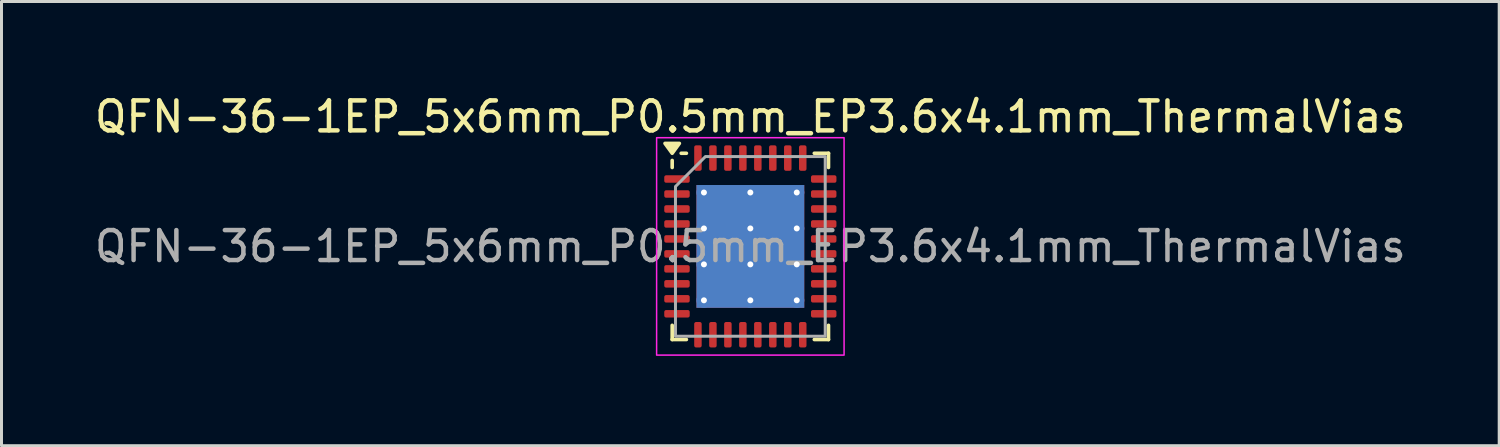
<source format=kicad_pcb>
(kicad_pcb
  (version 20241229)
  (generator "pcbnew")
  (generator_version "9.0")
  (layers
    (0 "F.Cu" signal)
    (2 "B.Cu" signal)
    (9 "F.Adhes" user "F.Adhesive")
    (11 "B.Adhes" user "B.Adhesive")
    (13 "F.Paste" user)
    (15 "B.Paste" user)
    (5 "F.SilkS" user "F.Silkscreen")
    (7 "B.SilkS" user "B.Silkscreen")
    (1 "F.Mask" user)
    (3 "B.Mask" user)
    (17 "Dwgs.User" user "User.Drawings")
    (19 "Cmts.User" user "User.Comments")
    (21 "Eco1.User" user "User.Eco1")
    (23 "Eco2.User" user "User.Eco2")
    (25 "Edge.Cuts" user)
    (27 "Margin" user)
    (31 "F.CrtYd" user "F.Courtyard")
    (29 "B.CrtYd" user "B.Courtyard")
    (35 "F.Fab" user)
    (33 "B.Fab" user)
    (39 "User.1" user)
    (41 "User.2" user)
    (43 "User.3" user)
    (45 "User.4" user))
  (footprint "QFN-36-1EP_5x6mm_P0.5mm_EP3.6x4.1mm_ThermalVias"
    (layer "F.Cu")
    (at 22.006 5.178)
    (property "Reference" "QFN-36-1EP_5x6mm_P0.5mm_EP3.6x4.1mm_ThermalVias" (at 0 -4.33 0) (layer "F.SilkS") (effects (font (size 1 1) (thickness 0.15))))
    (attr smd)
    (fp_line (start -2.61 -2.635) (end -2.61 -2.87) (stroke (width 0.12) (type solid)) (layer "F.SilkS"))
    (fp_line (start -2.61 3.11) (end -2.61 2.635) (stroke (width 0.12) (type solid)) (layer "F.SilkS"))
    (fp_line (start -2.135 -3.11) (end -2.31 -3.11) (stroke (width 0.12) (type solid)) (layer "F.SilkS"))
    (fp_line (start -2.135 3.11) (end -2.61 3.11) (stroke (width 0.12) (type solid)) (layer "F.SilkS"))
    (fp_line (start 2.135 -3.11) (end 2.61 -3.11) (stroke (width 0.12) (type solid)) (layer "F.SilkS"))
    (fp_line (start 2.135 3.11) (end 2.61 3.11) (stroke (width 0.12) (type solid)) (layer "F.SilkS"))
    (fp_line (start 2.61 -3.11) (end 2.61 -2.635) (stroke (width 0.12) (type solid)) (layer "F.SilkS"))
    (fp_line (start 2.61 3.11) (end 2.61 2.635) (stroke (width 0.12) (type solid)) (layer "F.SilkS"))
    (fp_poly (pts (xy -2.61 -3.11) (xy -2.85 -3.44) (xy -2.37 -3.44)) (stroke (width 0.12) (type solid)) (fill yes) (layer "F.SilkS"))
    (fp_rect (start -3.13 -3.63) (end 3.13 3.63) (stroke (width 0.05) (type solid)) (fill no) (layer "F.CrtYd"))
    (fp_poly (pts (xy -2.5 -2) (xy -2.5 3) (xy 2.5 3) (xy 2.5 -3) (xy -1.5 -3)) (stroke (width 0.1) (type solid)) (fill no) (layer "F.Fab"))
    (fp_text user "${REFERENCE}" (at 0 0 0) (layer "F.Fab") (effects (font (size 1 1) (thickness 0.15))))
    (pad "" smd roundrect (at -0.775 -1.2) (size 1.394 1.059) (layers "F.Paste") (roundrect_rratio 0.236))
    (pad "" smd roundrect (at -0.775 0) (size 1.394 1.059) (layers "F.Paste") (roundrect_rratio 0.236))
    (pad "" smd roundrect (at -0.775 1.2) (size 1.394 1.059) (layers "F.Paste") (roundrect_rratio 0.236))
    (pad "" smd roundrect (at 0.775 -1.2) (size 1.394 1.059) (layers "F.Paste") (roundrect_rratio 0.236))
    (pad "" smd roundrect (at 0.775 0) (size 1.394 1.059) (layers "F.Paste") (roundrect_rratio 0.236))
    (pad "" smd roundrect (at 0.775 1.2) (size 1.394 1.059) (layers "F.Paste") (roundrect_rratio 0.236))
    (pad "1" smd roundrect (at -2.45 -2.25) (size 0.85 0.25) (layers "F.Cu" "F.Mask" "F.Paste") (roundrect_rratio 0.25))
    (pad "2" smd roundrect (at -2.45 -1.75) (size 0.85 0.25) (layers "F.Cu" "F.Mask" "F.Paste") (roundrect_rratio 0.25))
    (pad "3" smd roundrect (at -2.45 -1.25) (size 0.85 0.25) (layers "F.Cu" "F.Mask" "F.Paste") (roundrect_rratio 0.25))
    (pad "4" smd roundrect (at -2.45 -0.75) (size 0.85 0.25) (layers "F.Cu" "F.Mask" "F.Paste") (roundrect_rratio 0.25))
    (pad "5" smd roundrect (at -2.45 -0.25) (size 0.85 0.25) (layers "F.Cu" "F.Mask" "F.Paste") (roundrect_rratio 0.25))
    (pad "6" smd roundrect (at -2.45 0.25) (size 0.85 0.25) (layers "F.Cu" "F.Mask" "F.Paste") (roundrect_rratio 0.25))
    (pad "7" smd roundrect (at -2.45 0.75) (size 0.85 0.25) (layers "F.Cu" "F.Mask" "F.Paste") (roundrect_rratio 0.25))
    (pad "8" smd roundrect (at -2.45 1.25) (size 0.85 0.25) (layers "F.Cu" "F.Mask" "F.Paste") (roundrect_rratio 0.25))
    (pad "9" smd roundrect (at -2.45 1.75) (size 0.85 0.25) (layers "F.Cu" "F.Mask" "F.Paste") (roundrect_rratio 0.25))
    (pad "10" smd roundrect (at -2.45 2.25) (size 0.85 0.25) (layers "F.Cu" "F.Mask" "F.Paste") (roundrect_rratio 0.25))
    (pad "11" smd roundrect (at -1.75 2.95) (size 0.25 0.85) (layers "F.Cu" "F.Mask" "F.Paste") (roundrect_rratio 0.25))
    (pad "12" smd roundrect (at -1.25 2.95) (size 0.25 0.85) (layers "F.Cu" "F.Mask" "F.Paste") (roundrect_rratio 0.25))
    (pad "13" smd roundrect (at -0.75 2.95) (size 0.25 0.85) (layers "F.Cu" "F.Mask" "F.Paste") (roundrect_rratio 0.25))
    (pad "14" smd roundrect (at -0.25 2.95) (size 0.25 0.85) (layers "F.Cu" "F.Mask" "F.Paste") (roundrect_rratio 0.25))
    (pad "15" smd roundrect (at 0.25 2.95) (size 0.25 0.85) (layers "F.Cu" "F.Mask" "F.Paste") (roundrect_rratio 0.25))
    (pad "16" smd roundrect (at 0.75 2.95) (size 0.25 0.85) (layers "F.Cu" "F.Mask" "F.Paste") (roundrect_rratio 0.25))
    (pad "17" smd roundrect (at 1.25 2.95) (size 0.25 0.85) (layers "F.Cu" "F.Mask" "F.Paste") (roundrect_rratio 0.25))
    (pad "18" smd roundrect (at 1.75 2.95) (size 0.25 0.85) (layers "F.Cu" "F.Mask" "F.Paste") (roundrect_rratio 0.25))
    (pad "19" smd roundrect (at 2.45 2.25) (size 0.85 0.25) (layers "F.Cu" "F.Mask" "F.Paste") (roundrect_rratio 0.25))
    (pad "20" smd roundrect (at 2.45 1.75) (size 0.85 0.25) (layers "F.Cu" "F.Mask" "F.Paste") (roundrect_rratio 0.25))
    (pad "21" smd roundrect (at 2.45 1.25) (size 0.85 0.25) (layers "F.Cu" "F.Mask" "F.Paste") (roundrect_rratio 0.25))
    (pad "22" smd roundrect (at 2.45 0.75) (size 0.85 0.25) (layers "F.Cu" "F.Mask" "F.Paste") (roundrect_rratio 0.25))
    (pad "23" smd roundrect (at 2.45 0.25) (size 0.85 0.25) (layers "F.Cu" "F.Mask" "F.Paste") (roundrect_rratio 0.25))
    (pad "24" smd roundrect (at 2.45 -0.25) (size 0.85 0.25) (layers "F.Cu" "F.Mask" "F.Paste") (roundrect_rratio 0.25))
    (pad "25" smd roundrect (at 2.45 -0.75) (size 0.85 0.25) (layers "F.Cu" "F.Mask" "F.Paste") (roundrect_rratio 0.25))
    (pad "26" smd roundrect (at 2.45 -1.25) (size 0.85 0.25) (layers "F.Cu" "F.Mask" "F.Paste") (roundrect_rratio 0.25))
    (pad "27" smd roundrect (at 2.45 -1.75) (size 0.85 0.25) (layers "F.Cu" "F.Mask" "F.Paste") (roundrect_rratio 0.25))
    (pad "28" smd roundrect (at 2.45 -2.25) (size 0.85 0.25) (layers "F.Cu" "F.Mask" "F.Paste") (roundrect_rratio 0.25))
    (pad "29" smd roundrect (at 1.75 -2.95) (size 0.25 0.85) (layers "F.Cu" "F.Mask" "F.Paste") (roundrect_rratio 0.25))
    (pad "30" smd roundrect (at 1.25 -2.95) (size 0.25 0.85) (layers "F.Cu" "F.Mask" "F.Paste") (roundrect_rratio 0.25))
    (pad "31" smd roundrect (at 0.75 -2.95) (size 0.25 0.85) (layers "F.Cu" "F.Mask" "F.Paste") (roundrect_rratio 0.25))
    (pad "32" smd roundrect (at 0.25 -2.95) (size 0.25 0.85) (layers "F.Cu" "F.Mask" "F.Paste") (roundrect_rratio 0.25))
    (pad "33" smd roundrect (at -0.25 -2.95) (size 0.25 0.85) (layers "F.Cu" "F.Mask" "F.Paste") (roundrect_rratio 0.25))
    (pad "34" smd roundrect (at -0.75 -2.95) (size 0.25 0.85) (layers "F.Cu" "F.Mask" "F.Paste") (roundrect_rratio 0.25))
    (pad "35" smd roundrect (at -1.25 -2.95) (size 0.25 0.85) (layers "F.Cu" "F.Mask" "F.Paste") (roundrect_rratio 0.25))
    (pad "36" smd roundrect (at -1.75 -2.95) (size 0.25 0.85) (layers "F.Cu" "F.Mask" "F.Paste") (roundrect_rratio 0.25))
    (pad "37" thru_hole circle (at -1.55 -1.8) (size 0.5 0.5) (drill 0.2) (property pad_prop_heatsink) (layers "*.Cu"))
    (pad "37" thru_hole circle (at -1.55 -0.6) (size 0.5 0.5) (drill 0.2) (property pad_prop_heatsink) (layers "*.Cu"))
    (pad "37" thru_hole circle (at -1.55 0.6) (size 0.5 0.5) (drill 0.2) (property pad_prop_heatsink) (layers "*.Cu"))
    (pad "37" thru_hole circle (at -1.55 1.8) (size 0.5 0.5) (drill 0.2) (property pad_prop_heatsink) (layers "*.Cu"))
    (pad "37" thru_hole circle (at 0 -1.8) (size 0.5 0.5) (drill 0.2) (property pad_prop_heatsink) (layers "*.Cu"))
    (pad "37" thru_hole circle (at 0 -0.6) (size 0.5 0.5) (drill 0.2) (property pad_prop_heatsink) (layers "*.Cu"))
    (pad "37" smd rect (at 0 0) (size 3.6 4.1) (property pad_prop_heatsink) (layers "F.Cu" "F.Mask"))
    (pad "37" smd rect (at 0 0) (size 3.6 4.1) (property pad_prop_heatsink) (layers "B.Cu"))
    (pad "37" thru_hole circle (at 0 0.6) (size 0.5 0.5) (drill 0.2) (property pad_prop_heatsink) (layers "*.Cu"))
    (pad "37" thru_hole circle (at 0 1.8) (size 0.5 0.5) (drill 0.2) (property pad_prop_heatsink) (layers "*.Cu"))
    (pad "37" thru_hole circle (at 1.55 -1.8) (size 0.5 0.5) (drill 0.2) (property pad_prop_heatsink) (layers "*.Cu"))
    (pad "37" thru_hole circle (at 1.55 -0.6) (size 0.5 0.5) (drill 0.2) (property pad_prop_heatsink) (layers "*.Cu"))
    (pad "37" thru_hole circle (at 1.55 0.6) (size 0.5 0.5) (drill 0.2) (property pad_prop_heatsink) (layers "*.Cu"))
    (pad "37" thru_hole circle (at 1.55 1.8) (size 0.5 0.5) (drill 0.2) (property pad_prop_heatsink) (layers "*.Cu")))
  (gr_rect
    (start -3 -3)
    (end 47.012 11.833)
    (stroke (width 0.1) (type default))
    (fill no)
    (layer "Edge.Cuts")))
</source>
